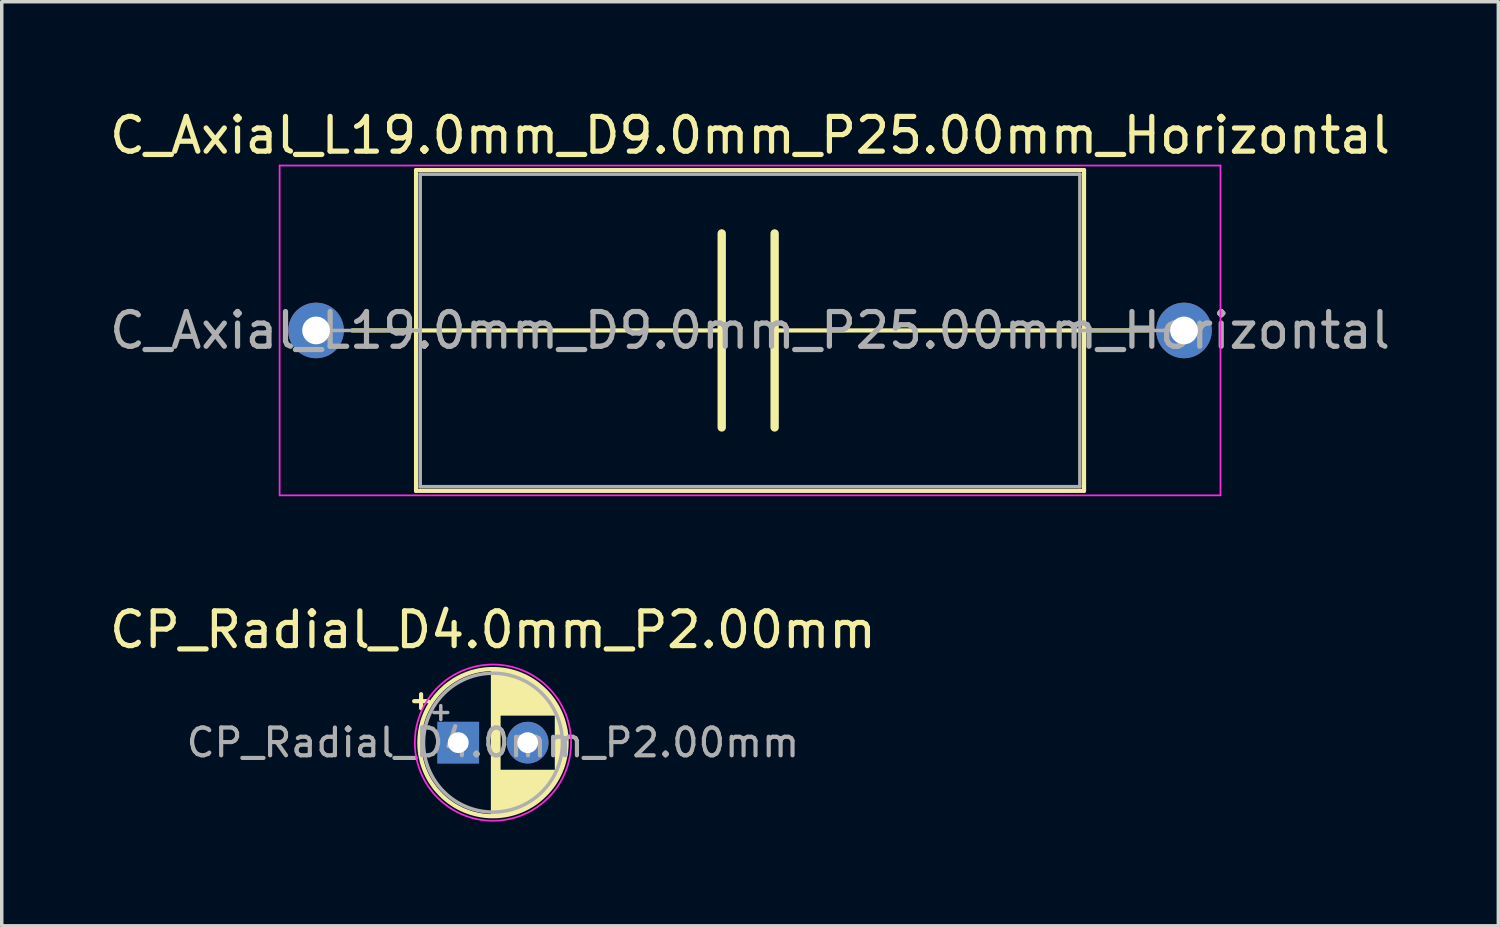
<source format=kicad_pcb>
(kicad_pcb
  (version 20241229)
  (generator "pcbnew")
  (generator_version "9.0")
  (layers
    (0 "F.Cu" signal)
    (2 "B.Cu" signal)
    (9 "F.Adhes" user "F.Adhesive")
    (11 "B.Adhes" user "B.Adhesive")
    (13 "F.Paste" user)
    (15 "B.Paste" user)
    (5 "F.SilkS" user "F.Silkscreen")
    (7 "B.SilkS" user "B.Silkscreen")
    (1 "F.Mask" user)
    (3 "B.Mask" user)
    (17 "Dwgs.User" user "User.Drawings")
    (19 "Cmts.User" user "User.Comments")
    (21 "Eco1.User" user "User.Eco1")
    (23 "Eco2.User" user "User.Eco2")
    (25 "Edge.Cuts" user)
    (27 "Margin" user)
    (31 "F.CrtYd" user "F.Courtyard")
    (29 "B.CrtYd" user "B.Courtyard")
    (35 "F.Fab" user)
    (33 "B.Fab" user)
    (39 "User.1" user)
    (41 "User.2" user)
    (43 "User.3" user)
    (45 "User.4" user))
  (footprint "C_Axial_L19.0mm_D9.0mm_P25.00mm_Horizontal"
    (layer "F.Cu")
    (at 6.054 6.468)
    (property "Reference" "C_Axial_L19.0mm_D9.0mm_P25.00mm_Horizontal" (at 12.5 -5.62 0) (layer "F.SilkS") (effects (font (size 1 1) (thickness 0.15))))
    (attr through_hole)
    (fp_line (start 1.04 0) (end 2.88 0) (stroke (width 0.12) (type solid)) (layer "F.SilkS"))
    (fp_line (start 2.88 -4.62) (end 2.88 4.62) (stroke (width 0.12) (type solid)) (layer "F.SilkS"))
    (fp_line (start 2.88 0) (end 11.684 0) (stroke (width 0.12) (type solid)) (layer "F.SilkS"))
    (fp_line (start 2.88 4.62) (end 22.12 4.62) (stroke (width 0.12) (type solid)) (layer "F.SilkS"))
    (fp_line (start 11.684 -2.794) (end 11.684 2.794) (stroke (width 0.24) (type solid)) (layer "F.SilkS"))
    (fp_line (start 13.208 2.794) (end 13.208 -2.794) (stroke (width 0.24) (type solid)) (layer "F.SilkS"))
    (fp_line (start 22.12 -4.62) (end 2.88 -4.62) (stroke (width 0.12) (type solid)) (layer "F.SilkS"))
    (fp_line (start 22.12 0) (end 13.208 0) (stroke (width 0.12) (type solid)) (layer "F.SilkS"))
    (fp_line (start 22.12 4.62) (end 22.12 -4.62) (stroke (width 0.12) (type solid)) (layer "F.SilkS"))
    (fp_line (start 23.96 0) (end 22.12 0) (stroke (width 0.12) (type solid)) (layer "F.SilkS"))
    (fp_line (start -1.05 -4.75) (end -1.05 4.75) (stroke (width 0.05) (type solid)) (layer "F.CrtYd"))
    (fp_line (start -1.05 4.75) (end 26.05 4.75) (stroke (width 0.05) (type solid)) (layer "F.CrtYd"))
    (fp_line (start 26.05 -4.75) (end -1.05 -4.75) (stroke (width 0.05) (type solid)) (layer "F.CrtYd"))
    (fp_line (start 26.05 4.75) (end 26.05 -4.75) (stroke (width 0.05) (type solid)) (layer "F.CrtYd"))
    (fp_line (start 0 0) (end 3 0) (stroke (width 0.1) (type solid)) (layer "F.Fab"))
    (fp_line (start 3 -4.5) (end 3 4.5) (stroke (width 0.1) (type solid)) (layer "F.Fab"))
    (fp_line (start 3 4.5) (end 22 4.5) (stroke (width 0.1) (type solid)) (layer "F.Fab"))
    (fp_line (start 22 -4.5) (end 3 -4.5) (stroke (width 0.1) (type solid)) (layer "F.Fab"))
    (fp_line (start 22 4.5) (end 22 -4.5) (stroke (width 0.1) (type solid)) (layer "F.Fab"))
    (fp_line (start 25 0) (end 22 0) (stroke (width 0.1) (type solid)) (layer "F.Fab"))
    (fp_text user "${REFERENCE}" (at 12.5 0 0) (layer "F.Fab") (effects (font (size 1 1) (thickness 0.15))))
    (pad "1" thru_hole circle (at 0 0) (size 1.6 1.6) (drill 0.8) (layers "*.Cu" "*.Mask"))
    (pad "2" thru_hole oval (at 25 0) (size 1.6 1.6) (drill 0.8) (layers "*.Cu" "*.Mask")))
  (footprint "CP_Radial_D4.0mm_P2.00mm"
    (layer "F.Cu")
    (at 10.149 18.341)
    (property "Reference" "CP_Radial_D4.0mm_P2.00mm" (at 1 -3.25 0) (layer "F.SilkS") (effects (font (size 1 1) (thickness 0.15))))
    (attr through_hole)
    (fp_line (start -1.27 -1.195) (end -0.87 -1.195) (stroke (width 0.12) (type solid)) (layer "F.SilkS"))
    (fp_line (start -1.07 -1.395) (end -1.07 -0.995) (stroke (width 0.12) (type solid)) (layer "F.SilkS"))
    (fp_line (start 1 -2.08) (end 1 2.08) (stroke (width 0.12) (type solid)) (layer "F.SilkS"))
    (fp_line (start 1.04 -2.08) (end 1.04 2.08) (stroke (width 0.12) (type solid)) (layer "F.SilkS"))
    (fp_line (start 1.08 -2.079) (end 1.08 2.079) (stroke (width 0.12) (type solid)) (layer "F.SilkS"))
    (fp_line (start 1.12 -2.077) (end 1.12 2.077) (stroke (width 0.12) (type solid)) (layer "F.SilkS"))
    (fp_line (start 1.16 -2.074) (end 1.16 2.074) (stroke (width 0.12) (type solid)) (layer "F.SilkS"))
    (fp_line (start 1.2 -2.071) (end 1.2 -0.84) (stroke (width 0.12) (type solid)) (layer "F.SilkS"))
    (fp_line (start 1.2 0.84) (end 1.2 2.071) (stroke (width 0.12) (type solid)) (layer "F.SilkS"))
    (fp_line (start 1.24 -2.067) (end 1.24 -0.84) (stroke (width 0.12) (type solid)) (layer "F.SilkS"))
    (fp_line (start 1.24 0.84) (end 1.24 2.067) (stroke (width 0.12) (type solid)) (layer "F.SilkS"))
    (fp_line (start 1.28 -2.062) (end 1.28 -0.84) (stroke (width 0.12) (type solid)) (layer "F.SilkS"))
    (fp_line (start 1.28 0.84) (end 1.28 2.062) (stroke (width 0.12) (type solid)) (layer "F.SilkS"))
    (fp_line (start 1.32 -2.056) (end 1.32 -0.84) (stroke (width 0.12) (type solid)) (layer "F.SilkS"))
    (fp_line (start 1.32 0.84) (end 1.32 2.056) (stroke (width 0.12) (type solid)) (layer "F.SilkS"))
    (fp_line (start 1.36 -2.05) (end 1.36 -0.84) (stroke (width 0.12) (type solid)) (layer "F.SilkS"))
    (fp_line (start 1.36 0.84) (end 1.36 2.05) (stroke (width 0.12) (type solid)) (layer "F.SilkS"))
    (fp_line (start 1.4 -2.042) (end 1.4 -0.84) (stroke (width 0.12) (type solid)) (layer "F.SilkS"))
    (fp_line (start 1.4 0.84) (end 1.4 2.042) (stroke (width 0.12) (type solid)) (layer "F.SilkS"))
    (fp_line (start 1.44 -2.034) (end 1.44 -0.84) (stroke (width 0.12) (type solid)) (layer "F.SilkS"))
    (fp_line (start 1.44 0.84) (end 1.44 2.034) (stroke (width 0.12) (type solid)) (layer "F.SilkS"))
    (fp_line (start 1.48 -2.025) (end 1.48 -0.84) (stroke (width 0.12) (type solid)) (layer "F.SilkS"))
    (fp_line (start 1.48 0.84) (end 1.48 2.025) (stroke (width 0.12) (type solid)) (layer "F.SilkS"))
    (fp_line (start 1.52 -2.016) (end 1.52 -0.84) (stroke (width 0.12) (type solid)) (layer "F.SilkS"))
    (fp_line (start 1.52 0.84) (end 1.52 2.016) (stroke (width 0.12) (type solid)) (layer "F.SilkS"))
    (fp_line (start 1.56 -2.005) (end 1.56 -0.84) (stroke (width 0.12) (type solid)) (layer "F.SilkS"))
    (fp_line (start 1.56 0.84) (end 1.56 2.005) (stroke (width 0.12) (type solid)) (layer "F.SilkS"))
    (fp_line (start 1.6 -1.994) (end 1.6 -0.84) (stroke (width 0.12) (type solid)) (layer "F.SilkS"))
    (fp_line (start 1.6 0.84) (end 1.6 1.994) (stroke (width 0.12) (type solid)) (layer "F.SilkS"))
    (fp_line (start 1.64 -1.982) (end 1.64 -0.84) (stroke (width 0.12) (type solid)) (layer "F.SilkS"))
    (fp_line (start 1.64 0.84) (end 1.64 1.982) (stroke (width 0.12) (type solid)) (layer "F.SilkS"))
    (fp_line (start 1.68 -1.968) (end 1.68 -0.84) (stroke (width 0.12) (type solid)) (layer "F.SilkS"))
    (fp_line (start 1.68 0.84) (end 1.68 1.968) (stroke (width 0.12) (type solid)) (layer "F.SilkS"))
    (fp_line (start 1.721 -1.954) (end 1.721 -0.84) (stroke (width 0.12) (type solid)) (layer "F.SilkS"))
    (fp_line (start 1.721 0.84) (end 1.721 1.954) (stroke (width 0.12) (type solid)) (layer "F.SilkS"))
    (fp_line (start 1.761 -1.94) (end 1.761 -0.84) (stroke (width 0.12) (type solid)) (layer "F.SilkS"))
    (fp_line (start 1.761 0.84) (end 1.761 1.94) (stroke (width 0.12) (type solid)) (layer "F.SilkS"))
    (fp_line (start 1.801 -1.924) (end 1.801 -0.84) (stroke (width 0.12) (type solid)) (layer "F.SilkS"))
    (fp_line (start 1.801 0.84) (end 1.801 1.924) (stroke (width 0.12) (type solid)) (layer "F.SilkS"))
    (fp_line (start 1.841 -1.907) (end 1.841 -0.84) (stroke (width 0.12) (type solid)) (layer "F.SilkS"))
    (fp_line (start 1.841 0.84) (end 1.841 1.907) (stroke (width 0.12) (type solid)) (layer "F.SilkS"))
    (fp_line (start 1.881 -1.889) (end 1.881 -0.84) (stroke (width 0.12) (type solid)) (layer "F.SilkS"))
    (fp_line (start 1.881 0.84) (end 1.881 1.889) (stroke (width 0.12) (type solid)) (layer "F.SilkS"))
    (fp_line (start 1.921 -1.87) (end 1.921 -0.84) (stroke (width 0.12) (type solid)) (layer "F.SilkS"))
    (fp_line (start 1.921 0.84) (end 1.921 1.87) (stroke (width 0.12) (type solid)) (layer "F.SilkS"))
    (fp_line (start 1.961 -1.851) (end 1.961 -0.84) (stroke (width 0.12) (type solid)) (layer "F.SilkS"))
    (fp_line (start 1.961 0.84) (end 1.961 1.851) (stroke (width 0.12) (type solid)) (layer "F.SilkS"))
    (fp_line (start 2.001 -1.83) (end 2.001 -0.84) (stroke (width 0.12) (type solid)) (layer "F.SilkS"))
    (fp_line (start 2.001 0.84) (end 2.001 1.83) (stroke (width 0.12) (type solid)) (layer "F.SilkS"))
    (fp_line (start 2.041 -1.808) (end 2.041 -0.84) (stroke (width 0.12) (type solid)) (layer "F.SilkS"))
    (fp_line (start 2.041 0.84) (end 2.041 1.808) (stroke (width 0.12) (type solid)) (layer "F.SilkS"))
    (fp_line (start 2.081 -1.785) (end 2.081 -0.84) (stroke (width 0.12) (type solid)) (layer "F.SilkS"))
    (fp_line (start 2.081 0.84) (end 2.081 1.785) (stroke (width 0.12) (type solid)) (layer "F.SilkS"))
    (fp_line (start 2.121 -1.76) (end 2.121 -0.84) (stroke (width 0.12) (type solid)) (layer "F.SilkS"))
    (fp_line (start 2.121 0.84) (end 2.121 1.76) (stroke (width 0.12) (type solid)) (layer "F.SilkS"))
    (fp_line (start 2.161 -1.735) (end 2.161 -0.84) (stroke (width 0.12) (type solid)) (layer "F.SilkS"))
    (fp_line (start 2.161 0.84) (end 2.161 1.735) (stroke (width 0.12) (type solid)) (layer "F.SilkS"))
    (fp_line (start 2.201 -1.708) (end 2.201 -0.84) (stroke (width 0.12) (type solid)) (layer "F.SilkS"))
    (fp_line (start 2.201 0.84) (end 2.201 1.708) (stroke (width 0.12) (type solid)) (layer "F.SilkS"))
    (fp_line (start 2.241 -1.68) (end 2.241 -0.84) (stroke (width 0.12) (type solid)) (layer "F.SilkS"))
    (fp_line (start 2.241 0.84) (end 2.241 1.68) (stroke (width 0.12) (type solid)) (layer "F.SilkS"))
    (fp_line (start 2.281 -1.65) (end 2.281 -0.84) (stroke (width 0.12) (type solid)) (layer "F.SilkS"))
    (fp_line (start 2.281 0.84) (end 2.281 1.65) (stroke (width 0.12) (type solid)) (layer "F.SilkS"))
    (fp_line (start 2.321 -1.619) (end 2.321 -0.84) (stroke (width 0.12) (type solid)) (layer "F.SilkS"))
    (fp_line (start 2.321 0.84) (end 2.321 1.619) (stroke (width 0.12) (type solid)) (layer "F.SilkS"))
    (fp_line (start 2.361 -1.587) (end 2.361 -0.84) (stroke (width 0.12) (type solid)) (layer "F.SilkS"))
    (fp_line (start 2.361 0.84) (end 2.361 1.587) (stroke (width 0.12) (type solid)) (layer "F.SilkS"))
    (fp_line (start 2.401 -1.552) (end 2.401 -0.84) (stroke (width 0.12) (type solid)) (layer "F.SilkS"))
    (fp_line (start 2.401 0.84) (end 2.401 1.552) (stroke (width 0.12) (type solid)) (layer "F.SilkS"))
    (fp_line (start 2.441 -1.516) (end 2.441 -0.84) (stroke (width 0.12) (type solid)) (layer "F.SilkS"))
    (fp_line (start 2.441 0.84) (end 2.441 1.516) (stroke (width 0.12) (type solid)) (layer "F.SilkS"))
    (fp_line (start 2.481 -1.478) (end 2.481 -0.84) (stroke (width 0.12) (type solid)) (layer "F.SilkS"))
    (fp_line (start 2.481 0.84) (end 2.481 1.478) (stroke (width 0.12) (type solid)) (layer "F.SilkS"))
    (fp_line (start 2.521 -1.438) (end 2.521 -0.84) (stroke (width 0.12) (type solid)) (layer "F.SilkS"))
    (fp_line (start 2.521 0.84) (end 2.521 1.438) (stroke (width 0.12) (type solid)) (layer "F.SilkS"))
    (fp_line (start 2.561 -1.396) (end 2.561 -0.84) (stroke (width 0.12) (type solid)) (layer "F.SilkS"))
    (fp_line (start 2.561 0.84) (end 2.561 1.396) (stroke (width 0.12) (type solid)) (layer "F.SilkS"))
    (fp_line (start 2.601 -1.351) (end 2.601 -0.84) (stroke (width 0.12) (type solid)) (layer "F.SilkS"))
    (fp_line (start 2.601 0.84) (end 2.601 1.351) (stroke (width 0.12) (type solid)) (layer "F.SilkS"))
    (fp_line (start 2.641 -1.304) (end 2.641 -0.84) (stroke (width 0.12) (type solid)) (layer "F.SilkS"))
    (fp_line (start 2.641 0.84) (end 2.641 1.304) (stroke (width 0.12) (type solid)) (layer "F.SilkS"))
    (fp_line (start 2.681 -1.254) (end 2.681 -0.84) (stroke (width 0.12) (type solid)) (layer "F.SilkS"))
    (fp_line (start 2.681 0.84) (end 2.681 1.254) (stroke (width 0.12) (type solid)) (layer "F.SilkS"))
    (fp_line (start 2.721 -1.2) (end 2.721 -0.84) (stroke (width 0.12) (type solid)) (layer "F.SilkS"))
    (fp_line (start 2.721 0.84) (end 2.721 1.2) (stroke (width 0.12) (type solid)) (layer "F.SilkS"))
    (fp_line (start 2.761 -1.142) (end 2.761 -0.84) (stroke (width 0.12) (type solid)) (layer "F.SilkS"))
    (fp_line (start 2.761 0.84) (end 2.761 1.142) (stroke (width 0.12) (type solid)) (layer "F.SilkS"))
    (fp_line (start 2.801 -1.08) (end 2.801 -0.84) (stroke (width 0.12) (type solid)) (layer "F.SilkS"))
    (fp_line (start 2.801 0.84) (end 2.801 1.08) (stroke (width 0.12) (type solid)) (layer "F.SilkS"))
    (fp_line (start 2.841 -1.013) (end 2.841 1.013) (stroke (width 0.12) (type solid)) (layer "F.SilkS"))
    (fp_line (start 2.881 -0.94) (end 2.881 0.94) (stroke (width 0.12) (type solid)) (layer "F.SilkS"))
    (fp_line (start 2.921 -0.859) (end 2.921 0.859) (stroke (width 0.12) (type solid)) (layer "F.SilkS"))
    (fp_line (start 2.961 -0.768) (end 2.961 0.768) (stroke (width 0.12) (type solid)) (layer "F.SilkS"))
    (fp_line (start 3.001 -0.664) (end 3.001 0.664) (stroke (width 0.12) (type solid)) (layer "F.SilkS"))
    (fp_line (start 3.041 -0.537) (end 3.041 0.537) (stroke (width 0.12) (type solid)) (layer "F.SilkS"))
    (fp_line (start 3.081 -0.37) (end 3.081 0.37) (stroke (width 0.12) (type solid)) (layer "F.SilkS"))
    (fp_circle (center 1 0) (end 3.12 0) (stroke (width 0.12) (type solid)) (fill no) (layer "F.SilkS"))
    (fp_circle (center 1 0) (end 3.25 0) (stroke (width 0.05) (type solid)) (fill no) (layer "F.CrtYd"))
    (fp_line (start -0.703 -0.868) (end -0.303 -0.868) (stroke (width 0.1) (type solid)) (layer "F.Fab"))
    (fp_line (start -0.503 -1.067) (end -0.503 -0.667) (stroke (width 0.1) (type solid)) (layer "F.Fab"))
    (fp_circle (center 1 0) (end 3 0) (stroke (width 0.1) (type solid)) (fill no) (layer "F.Fab"))
    (fp_text user "${REFERENCE}" (at 1 0 0) (layer "F.Fab") (effects (font (size 0.8 0.8) (thickness 0.12))))
    (pad "1" thru_hole rect (at 0 0) (size 1.2 1.2) (drill 0.6) (layers "*.Cu" "*.Mask"))
    (pad "2" thru_hole circle (at 2 0) (size 1.2 1.2) (drill 0.6) (layers "*.Cu" "*.Mask")))
  (gr_rect
    (start -3 -3)
    (end 40.107 23.616)
    (stroke (width 0.1) (type default))
    (fill no)
    (layer "Edge.Cuts")))
</source>
